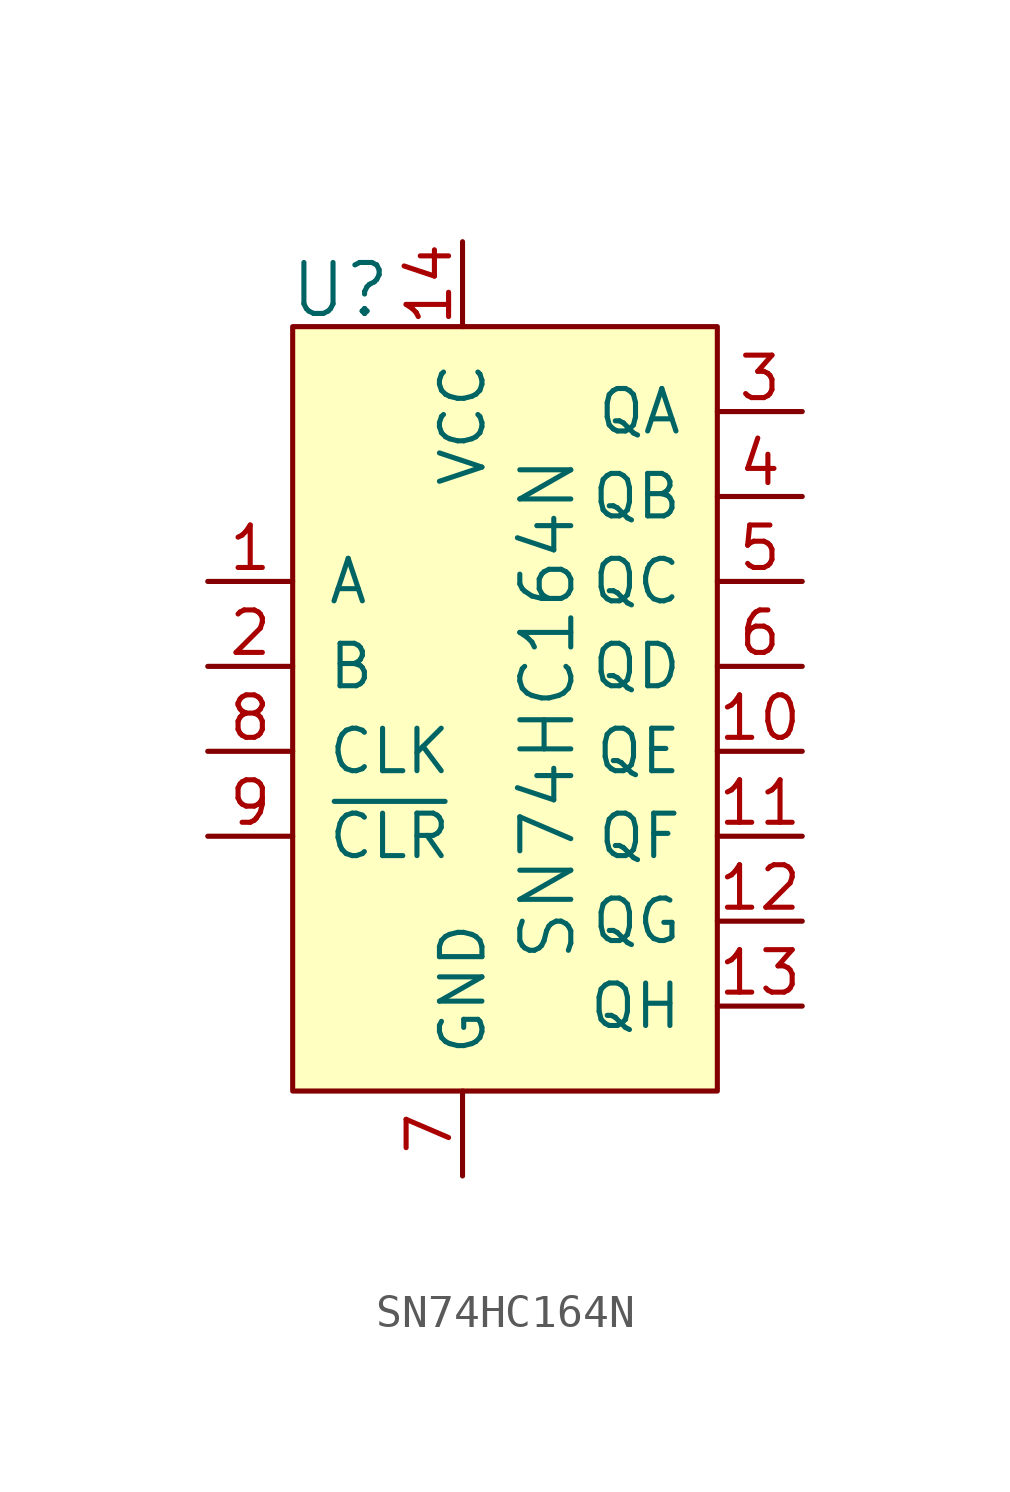
<source format=kicad_sym>
(kicad_symbol_lib
  (version 20231120)
  (generator "kicad_symbol_editor")
  (generator_version "8.0")
  (symbol "SN74HC164N"
    (pin_names
      (offset 1.016))
    (property "Reference" "U"
      (at -5.207 13.792 0)
      (effects (font (size 1.524 1.524)) (justify left)))
    (property "Value" "SN74HC164N"
      (at 2.54 1.27 90)
      (effects (font (size 1.524 1.524))))
    (symbol "SN74HC164N_0_1"
      (rectangle (start -5.08 12.7) (end 7.62 -10.16) (stroke (width 0) (type solid)) (fill (type background))))
    (symbol "SN74HC164N_1_1"
      (pin input line (at -7.62 5.08 0) (length 2.54) (name "A" (effects (font (size 1.27 1.27)))) (number "1" (effects (font (size 1.27 1.27)))))
      (pin output line (at 10.16 0 180) (length 2.54) (name "QE" (effects (font (size 1.27 1.27)))) (number "10" (effects (font (size 1.27 1.27)))))
      (pin output line (at 10.16 -2.54 180) (length 2.54) (name "QF" (effects (font (size 1.27 1.27)))) (number "11" (effects (font (size 1.27 1.27)))))
      (pin output line (at 10.16 -5.08 180) (length 2.54) (name "QG" (effects (font (size 1.27 1.27)))) (number "12" (effects (font (size 1.27 1.27)))))
      (pin output line (at 10.16 -7.62 180) (length 2.54) (name "QH" (effects (font (size 1.27 1.27)))) (number "13" (effects (font (size 1.27 1.27)))))
      (pin power_in line (at 0 15.24 270) (length 2.54) (name "VCC" (effects (font (size 1.27 1.27)))) (number "14" (effects (font (size 1.27 1.27)))))
      (pin input line (at -7.62 2.54 0) (length 2.54) (name "B" (effects (font (size 1.27 1.27)))) (number "2" (effects (font (size 1.27 1.27)))))
      (pin output line (at 10.16 10.16 180) (length 2.54) (name "QA" (effects (font (size 1.27 1.27)))) (number "3" (effects (font (size 1.27 1.27)))))
      (pin output line (at 10.16 7.62 180) (length 2.54) (name "QB" (effects (font (size 1.27 1.27)))) (number "4" (effects (font (size 1.27 1.27)))))
      (pin output line (at 10.16 5.08 180) (length 2.54) (name "QC" (effects (font (size 1.27 1.27)))) (number "5" (effects (font (size 1.27 1.27)))))
      (pin output line (at 10.16 2.54 180) (length 2.54) (name "QD" (effects (font (size 1.27 1.27)))) (number "6" (effects (font (size 1.27 1.27)))))
      (pin power_in line (at 0 -12.7 90) (length 2.54) (name "GND" (effects (font (size 1.27 1.27)))) (number "7" (effects (font (size 1.27 1.27)))))
      (pin input line (at -7.62 0 0) (length 2.54) (name "CLK" (effects (font (size 1.27 1.27)))) (number "8" (effects (font (size 1.27 1.27)))))
      (pin input line (at -7.62 -2.54 0) (length 2.54) (name "~{CLR}" (effects (font (size 1.27 1.27)))) (number "9" (effects (font (size 1.27 1.27))))))))
</source>
